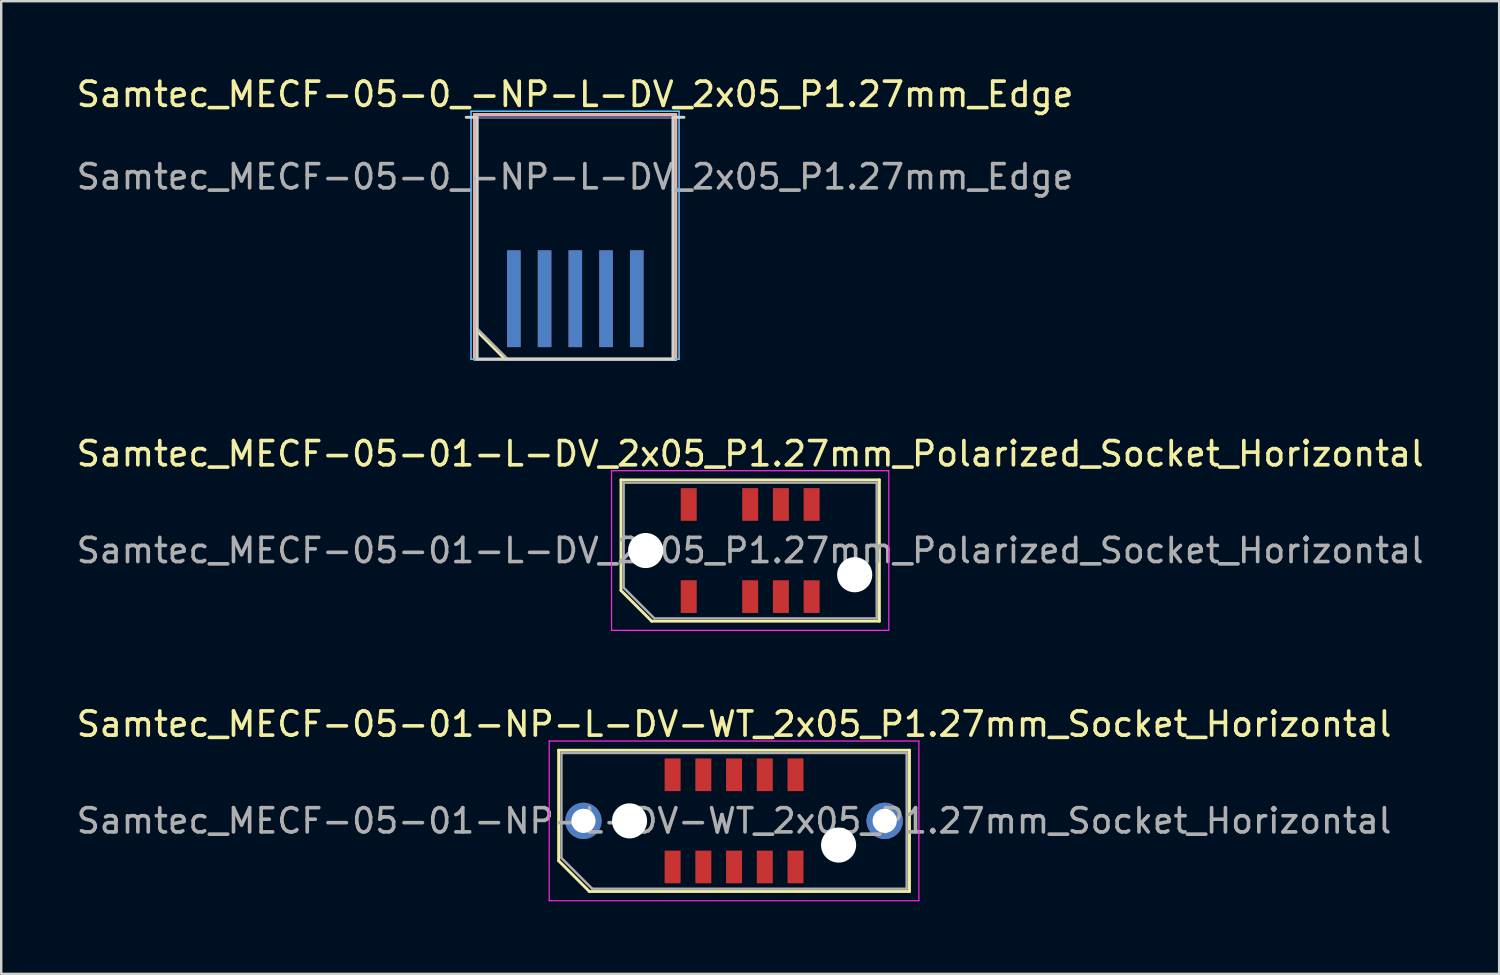
<source format=kicad_pcb>
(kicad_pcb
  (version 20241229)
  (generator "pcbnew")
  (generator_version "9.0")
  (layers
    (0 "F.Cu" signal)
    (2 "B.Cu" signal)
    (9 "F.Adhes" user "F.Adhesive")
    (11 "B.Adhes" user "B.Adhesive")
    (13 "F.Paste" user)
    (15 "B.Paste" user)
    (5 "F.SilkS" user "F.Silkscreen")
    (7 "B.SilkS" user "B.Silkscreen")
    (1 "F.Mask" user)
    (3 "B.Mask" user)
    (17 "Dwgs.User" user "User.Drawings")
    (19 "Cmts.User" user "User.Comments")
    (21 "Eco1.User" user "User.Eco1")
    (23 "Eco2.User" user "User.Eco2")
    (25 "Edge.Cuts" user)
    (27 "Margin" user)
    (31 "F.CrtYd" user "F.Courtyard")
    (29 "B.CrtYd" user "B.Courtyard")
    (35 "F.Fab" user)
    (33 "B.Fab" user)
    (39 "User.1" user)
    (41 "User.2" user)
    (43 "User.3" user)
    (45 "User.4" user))
  (footprint "Samtec_MECF-05-0_-NP-L-DV_2x05_P1.27mm_Edge"
    (layer "F.Cu")
    (at 20.72 6.798)
    (property "Reference" "Samtec_MECF-05-0_-NP-L-DV_2x05_P1.27mm_Edge" (at 0 -5.95 0) (layer "F.SilkS") (effects (font (size 1 1) (thickness 0.15))))
    (attr exclude_from_pos_files exclude_from_bom)
    (fp_line (start -4.16 -5.11) (end 4.16 -5.11) (stroke (width 0.12) (type solid)) (layer "F.SilkS"))
    (fp_line (start -4.16 3.73) (end -4.16 -5.11) (stroke (width 0.12) (type solid)) (layer "F.SilkS"))
    (fp_line (start -2.89 5) (end -4.16 3.73) (stroke (width 0.12) (type solid)) (layer "F.SilkS"))
    (fp_line (start -2.89 5) (end 4.16 5) (stroke (width 0.12) (type solid)) (layer "F.SilkS"))
    (fp_line (start 4.16 5) (end 4.16 -5.11) (stroke (width 0.12) (type solid)) (layer "F.SilkS"))
    (fp_line (start -4.16 -5.11) (end 4.16 -5.11) (stroke (width 0.12) (type solid)) (layer "B.SilkS"))
    (fp_line (start -4.16 5) (end -4.16 -5.11) (stroke (width 0.12) (type solid)) (layer "B.SilkS"))
    (fp_line (start -4.16 5) (end 4.16 5) (stroke (width 0.12) (type solid)) (layer "B.SilkS"))
    (fp_line (start 4.16 5) (end 4.16 -5.11) (stroke (width 0.12) (type solid)) (layer "B.SilkS"))
    (fp_line (start -4.5 -5) (end -4.05 -5) (stroke (width 0.12) (type solid)) (layer "Edge.Cuts"))
    (fp_line (start -4.05 5) (end -4.05 -5) (stroke (width 0.12) (type solid)) (layer "Edge.Cuts"))
    (fp_line (start -4.05 5) (end 4.05 5) (stroke (width 0.12) (type solid)) (layer "Edge.Cuts"))
    (fp_line (start 4.05 5) (end 4.05 -5) (stroke (width 0.12) (type solid)) (layer "Edge.Cuts"))
    (fp_line (start 4.5 -5) (end 4.05 -5) (stroke (width 0.12) (type solid)) (layer "Edge.Cuts"))
    (fp_line (start -4.3 -5.25) (end -4.3 5) (stroke (width 0.05) (type solid)) (layer "B.CrtYd"))
    (fp_line (start -4.3 5) (end 4.3 5) (stroke (width 0.05) (type solid)) (layer "B.CrtYd"))
    (fp_line (start 4.3 -5.25) (end -4.3 -5.25) (stroke (width 0.05) (type solid)) (layer "B.CrtYd"))
    (fp_line (start 4.3 5) (end 4.3 -5.25) (stroke (width 0.05) (type solid)) (layer "B.CrtYd"))
    (fp_line (start -4.3 -5.25) (end -4.3 5) (stroke (width 0.05) (type solid)) (layer "F.CrtYd"))
    (fp_line (start -4.3 5) (end 4.3 5) (stroke (width 0.05) (type solid)) (layer "F.CrtYd"))
    (fp_line (start 4.3 -5.25) (end -4.3 -5.25) (stroke (width 0.05) (type solid)) (layer "F.CrtYd"))
    (fp_line (start 4.3 5) (end 4.3 -5.25) (stroke (width 0.05) (type solid)) (layer "F.CrtYd"))
    (fp_line (start -4.05 -5) (end 4.05 -5) (stroke (width 0.1) (type solid)) (layer "B.Fab"))
    (fp_line (start -4.05 5) (end -4.05 -5) (stroke (width 0.1) (type solid)) (layer "B.Fab"))
    (fp_line (start -4.05 5) (end 4.05 5) (stroke (width 0.1) (type solid)) (layer "B.Fab"))
    (fp_line (start 4.05 5) (end 4.05 -5) (stroke (width 0.1) (type solid)) (layer "B.Fab"))
    (fp_line (start -4.05 -5) (end 4.05 -5) (stroke (width 0.1) (type solid)) (layer "F.Fab"))
    (fp_line (start -4.05 3.73) (end -4.05 -5) (stroke (width 0.1) (type solid)) (layer "F.Fab"))
    (fp_line (start -4.05 3.73) (end -2.78 5) (stroke (width 0.1) (type solid)) (layer "F.Fab"))
    (fp_line (start -2.78 5) (end 4.05 5) (stroke (width 0.1) (type solid)) (layer "F.Fab"))
    (fp_line (start 4.05 5) (end 4.05 -5) (stroke (width 0.1) (type solid)) (layer "F.Fab"))
    (fp_text user "${REFERENCE}" (at 0 -2.54 0) (layer "F.Fab") (effects (font (size 1 1) (thickness 0.15))))
    (pad "1" connect rect (at -2.53 2.5) (size 0.56 4) (layers "F.Cu" "F.Mask"))
    (pad "2" connect rect (at -2.53 2.5) (size 0.56 4) (layers "B.Cu" "B.Mask"))
    (pad "3" connect rect (at -1.26 2.5) (size 0.56 4) (layers "F.Cu" "F.Mask"))
    (pad "4" connect rect (at -1.26 2.5) (size 0.56 4) (layers "B.Cu" "B.Mask"))
    (pad "5" connect rect (at 0.01 2.5) (size 0.56 4) (layers "F.Cu" "F.Mask"))
    (pad "6" connect rect (at 0.01 2.5) (size 0.56 4) (layers "B.Cu" "B.Mask"))
    (pad "7" connect rect (at 1.28 2.5) (size 0.56 4) (layers "F.Cu" "F.Mask"))
    (pad "8" connect rect (at 1.28 2.5) (size 0.56 4) (layers "B.Cu" "B.Mask"))
    (pad "9" connect rect (at 2.55 2.5) (size 0.56 4) (layers "F.Cu" "F.Mask"))
    (pad "10" connect rect (at 2.55 2.5) (size 0.56 4) (layers "B.Cu" "B.Mask")))
  (footprint "Samtec_MECF-05-01-L-DV_2x05_P1.27mm_Polarized_Socket_Horizontal"
    (layer "F.Cu")
    (at 27.958 19.706)
    (property "Reference" "Samtec_MECF-05-01-L-DV_2x05_P1.27mm_Polarized_Socket_Horizontal" (at 0 -4 0) (layer "F.SilkS") (effects (font (size 1 1) (thickness 0.15))))
    (attr smd)
    (fp_line (start -5.34 -2.92) (end 5.34 -2.92) (stroke (width 0.12) (type solid)) (layer "F.SilkS"))
    (fp_line (start -5.34 1.65) (end -5.34 -2.92) (stroke (width 0.12) (type solid)) (layer "F.SilkS"))
    (fp_line (start -4.07 2.92) (end -5.34 1.65) (stroke (width 0.12) (type solid)) (layer "F.SilkS"))
    (fp_line (start -4.07 2.92) (end 5.34 2.92) (stroke (width 0.12) (type solid)) (layer "F.SilkS"))
    (fp_line (start 5.34 2.92) (end 5.34 -2.92) (stroke (width 0.12) (type solid)) (layer "F.SilkS"))
    (fp_line (start -5.73 -3.3) (end -5.73 3.3) (stroke (width 0.05) (type solid)) (layer "F.CrtYd"))
    (fp_line (start -5.73 3.3) (end 5.73 3.3) (stroke (width 0.05) (type solid)) (layer "F.CrtYd"))
    (fp_line (start 5.73 -3.3) (end -5.73 -3.3) (stroke (width 0.05) (type solid)) (layer "F.CrtYd"))
    (fp_line (start 5.73 3.3) (end 5.73 -3.3) (stroke (width 0.05) (type solid)) (layer "F.CrtYd"))
    (fp_line (start -5.23 -2.805) (end 5.23 -2.805) (stroke (width 0.1) (type solid)) (layer "F.Fab"))
    (fp_line (start -5.23 1.535) (end -5.23 -2.805) (stroke (width 0.1) (type solid)) (layer "F.Fab"))
    (fp_line (start -5.23 1.535) (end -3.96 2.805) (stroke (width 0.1) (type solid)) (layer "F.Fab"))
    (fp_line (start -3.96 2.805) (end 5.23 2.805) (stroke (width 0.1) (type solid)) (layer "F.Fab"))
    (fp_line (start 5.23 2.805) (end 5.23 -2.805) (stroke (width 0.1) (type solid)) (layer "F.Fab"))
    (fp_text user "${REFERENCE}" (at 0 0 0) (layer "F.Fab") (effects (font (size 1 1) (thickness 0.15))))
    (pad "" np_thru_hole circle (at -4.32 0) (size 1.45 1.45) (drill 1.45) (layers "*.Cu" "*.Mask"))
    (pad "" np_thru_hole circle (at 4.32 1) (size 1.45 1.45) (drill 1.45) (layers "*.Cu" "*.Mask"))
    (pad "1" smd rect (at -2.54 1.905) (size 0.66 1.35) (layers "F.Cu" "F.Mask" "F.Paste"))
    (pad "2" smd rect (at -2.54 -1.905) (size 0.66 1.35) (layers "F.Cu" "F.Mask" "F.Paste"))
    (pad "5" smd rect (at 0 1.905) (size 0.66 1.35) (layers "F.Cu" "F.Mask" "F.Paste"))
    (pad "6" smd rect (at 0 -1.905) (size 0.66 1.35) (layers "F.Cu" "F.Mask" "F.Paste"))
    (pad "7" smd rect (at 1.27 1.905) (size 0.66 1.35) (layers "F.Cu" "F.Mask" "F.Paste"))
    (pad "8" smd rect (at 1.27 -1.905) (size 0.66 1.35) (layers "F.Cu" "F.Mask" "F.Paste"))
    (pad "9" smd rect (at 2.54 1.905) (size 0.66 1.35) (layers "F.Cu" "F.Mask" "F.Paste"))
    (pad "10" smd rect (at 2.54 -1.905) (size 0.66 1.35) (layers "F.Cu" "F.Mask" "F.Paste")))
  (footprint "Samtec_MECF-05-01-NP-L-DV-WT_2x05_P1.27mm_Socket_Horizontal"
    (layer "F.Cu")
    (at 27.292 30.88)
    (property "Reference" "Samtec_MECF-05-01-NP-L-DV-WT_2x05_P1.27mm_Socket_Horizontal" (at 0 -4 0) (layer "F.SilkS") (effects (font (size 1 1) (thickness 0.15))))
    (attr smd)
    (fp_line (start -7.25 -2.92) (end 7.25 -2.92) (stroke (width 0.12) (type solid)) (layer "F.SilkS"))
    (fp_line (start -7.25 1.65) (end -7.25 -2.92) (stroke (width 0.12) (type solid)) (layer "F.SilkS"))
    (fp_line (start -5.98 2.92) (end -7.25 1.65) (stroke (width 0.12) (type solid)) (layer "F.SilkS"))
    (fp_line (start -5.98 2.92) (end 7.25 2.92) (stroke (width 0.12) (type solid)) (layer "F.SilkS"))
    (fp_line (start 7.25 2.92) (end 7.25 -2.92) (stroke (width 0.12) (type solid)) (layer "F.SilkS"))
    (fp_line (start -7.64 -3.3) (end -7.64 3.3) (stroke (width 0.05) (type solid)) (layer "F.CrtYd"))
    (fp_line (start -7.64 3.3) (end 7.64 3.3) (stroke (width 0.05) (type solid)) (layer "F.CrtYd"))
    (fp_line (start 7.64 -3.3) (end -7.64 -3.3) (stroke (width 0.05) (type solid)) (layer "F.CrtYd"))
    (fp_line (start 7.64 3.3) (end 7.64 -3.3) (stroke (width 0.05) (type solid)) (layer "F.CrtYd"))
    (fp_line (start -7.135 -2.805) (end 7.135 -2.805) (stroke (width 0.1) (type solid)) (layer "F.Fab"))
    (fp_line (start -7.135 1.535) (end -7.135 -2.805) (stroke (width 0.1) (type solid)) (layer "F.Fab"))
    (fp_line (start -7.135 1.535) (end -5.865 2.805) (stroke (width 0.1) (type solid)) (layer "F.Fab"))
    (fp_line (start -5.865 2.805) (end 7.135 2.805) (stroke (width 0.1) (type solid)) (layer "F.Fab"))
    (fp_line (start 7.135 2.805) (end 7.135 -2.805) (stroke (width 0.1) (type solid)) (layer "F.Fab"))
    (fp_text user "${REFERENCE}" (at 0 0 0) (layer "F.Fab") (effects (font (size 1 1) (thickness 0.15))))
    (pad "" thru_hole circle (at -6.225 0) (size 1.5 1.5) (drill 1) (layers "*.Cu" "*.Mask"))
    (pad "" np_thru_hole circle (at -4.32 0) (size 1.45 1.45) (drill 1.45) (layers "*.Cu" "*.Mask"))
    (pad "" np_thru_hole circle (at 4.32 1) (size 1.45 1.45) (drill 1.45) (layers "*.Cu" "*.Mask"))
    (pad "" thru_hole circle (at 6.225 0) (size 1.5 1.5) (drill 1) (layers "*.Cu" "*.Mask"))
    (pad "1" smd rect (at -2.54 1.905) (size 0.66 1.35) (layers "F.Cu" "F.Mask" "F.Paste"))
    (pad "2" smd rect (at -2.54 -1.905) (size 0.66 1.35) (layers "F.Cu" "F.Mask" "F.Paste"))
    (pad "3" smd rect (at -1.27 1.905) (size 0.66 1.35) (layers "F.Cu" "F.Mask" "F.Paste"))
    (pad "4" smd rect (at -1.27 -1.905) (size 0.66 1.35) (layers "F.Cu" "F.Mask" "F.Paste"))
    (pad "5" smd rect (at 0 1.905) (size 0.66 1.35) (layers "F.Cu" "F.Mask" "F.Paste"))
    (pad "6" smd rect (at 0 -1.905) (size 0.66 1.35) (layers "F.Cu" "F.Mask" "F.Paste"))
    (pad "7" smd rect (at 1.27 1.905) (size 0.66 1.35) (layers "F.Cu" "F.Mask" "F.Paste"))
    (pad "8" smd rect (at 1.27 -1.905) (size 0.66 1.35) (layers "F.Cu" "F.Mask" "F.Paste"))
    (pad "9" smd rect (at 2.54 1.905) (size 0.66 1.35) (layers "F.Cu" "F.Mask" "F.Paste"))
    (pad "10" smd rect (at 2.54 -1.905) (size 0.66 1.35) (layers "F.Cu" "F.Mask" "F.Paste")))
  (gr_rect
    (start -3 -3)
    (end 58.917 37.205)
    (stroke (width 0.1) (type default))
    (fill no)
    (layer "Edge.Cuts")))
</source>
